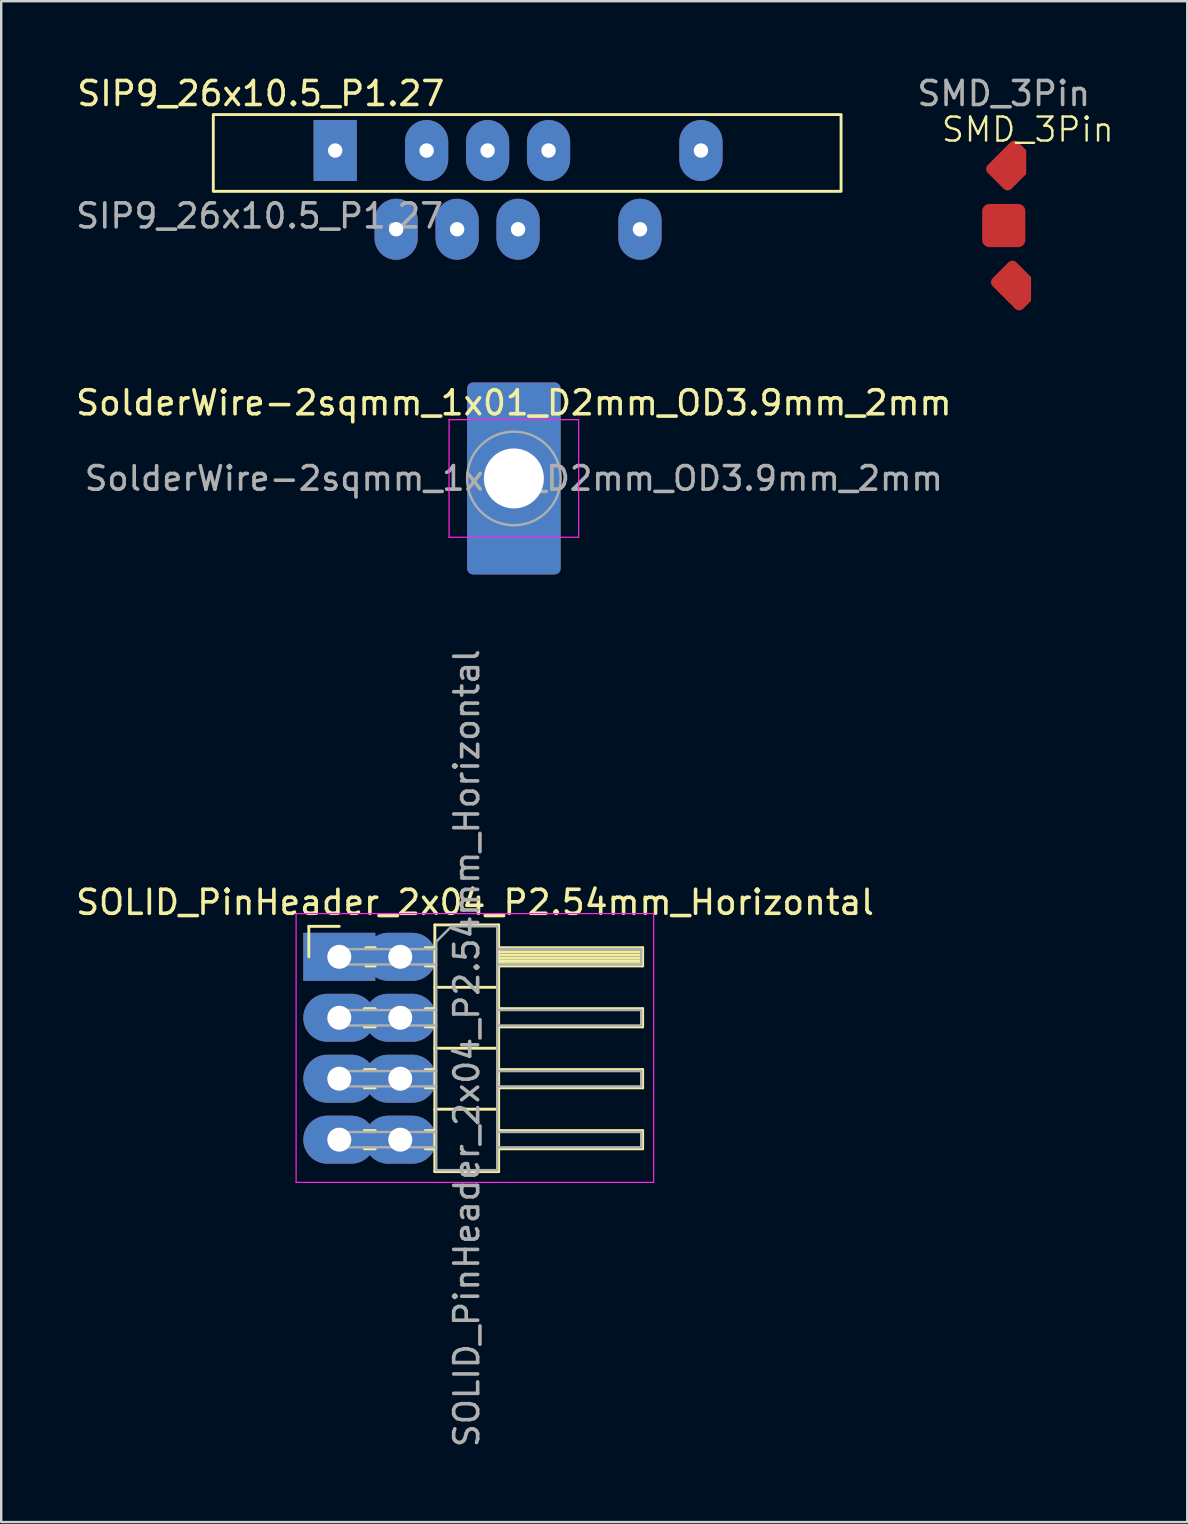
<source format=kicad_pcb>
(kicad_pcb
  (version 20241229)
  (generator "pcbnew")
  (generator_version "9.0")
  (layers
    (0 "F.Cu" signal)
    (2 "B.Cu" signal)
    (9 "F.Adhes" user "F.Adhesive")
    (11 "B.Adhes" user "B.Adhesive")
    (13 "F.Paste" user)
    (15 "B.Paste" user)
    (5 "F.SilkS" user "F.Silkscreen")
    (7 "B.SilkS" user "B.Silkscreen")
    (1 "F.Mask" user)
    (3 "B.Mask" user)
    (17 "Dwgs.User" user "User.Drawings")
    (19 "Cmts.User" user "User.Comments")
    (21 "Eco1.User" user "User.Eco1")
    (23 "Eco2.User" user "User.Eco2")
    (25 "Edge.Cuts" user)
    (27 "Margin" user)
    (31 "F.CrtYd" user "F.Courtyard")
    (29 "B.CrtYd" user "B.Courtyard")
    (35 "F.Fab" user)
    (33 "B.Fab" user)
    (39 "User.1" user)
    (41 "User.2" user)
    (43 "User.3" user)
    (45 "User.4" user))
  (footprint "SMD_3Pin"
    (layer "F.Cu")
    (at 39.278 3.848)
    (property "Reference" "SMD_3Pin" (at 0.5 -1.5 0) (unlocked yes) (layer "F.SilkS") (effects (font (size 1 1) (thickness 0.1))))
    (attr smd)
    (fp_text user "${REFERENCE}" (at -0.5 -3 0) (unlocked yes) (layer "F.Fab") (effects (font (size 1 1) (thickness 0.15))))
    (pad "1" smd roundrect (at -0.2 0 315) (size 1.4 1.8) (layers "F.Cu" "F.Mask" "F.Paste") (roundrect_rratio 0.16) (chamfer_ratio 0.5) (chamfer top_right))
    (pad "2" smd roundrect (at -0.5 2.5) (size 1.8 1.8) (layers "F.Cu" "F.Mask" "F.Paste") (roundrect_rratio 0.164))
    (pad "3" smd roundrect (at 0 5 45) (size 1.4 1.8) (layers "F.Cu" "F.Mask" "F.Paste") (roundrect_rratio 0.16) (chamfer_ratio 0.5) (chamfer bottom_right)))
  (footprint "SolderWire-2sqmm_1x01_D2mm_OD3.9mm_2mm"
    (layer "F.Cu")
    (at 18.363 16.887)
    (property "Reference" "SolderWire-2sqmm_1x01_D2mm_OD3.9mm_2mm" (at 0 -3.15 0) (layer "F.SilkS") (effects (font (size 1 1) (thickness 0.15))))
    (attr exclude_from_pos_files exclude_from_bom)
    (fp_line (start -2.7 -2.45) (end -2.7 2.45) (stroke (width 0.05) (type solid)) (layer "F.CrtYd"))
    (fp_line (start -2.7 2.45) (end 2.7 2.45) (stroke (width 0.05) (type solid)) (layer "F.CrtYd"))
    (fp_line (start 2.7 -2.45) (end -2.7 -2.45) (stroke (width 0.05) (type solid)) (layer "F.CrtYd"))
    (fp_line (start 2.7 2.45) (end 2.7 -2.45) (stroke (width 0.05) (type solid)) (layer "F.CrtYd"))
    (fp_circle (center 0 0) (end 1.95 0) (stroke (width 0.1) (type solid)) (fill no) (layer "F.Fab"))
    (fp_text user "${REFERENCE}" (at 0 0 0) (layer "F.Fab") (effects (font (size 0.98 0.98) (thickness 0.15))))
    (pad "1" thru_hole roundrect (at 0 0) (size 3.9 8) (drill 2.5) (layers "*.Cu" "*.Mask") (roundrect_rratio 0.064)))
  (footprint "SIP9_26x10.5_P1.27"
    (layer "F.Cu")
    (at 10.918 3.223)
    (property "Reference" "SIP9_26x10.5_P1.27" (at -3.1 -2.375 0) (unlocked yes) (layer "F.SilkS") (effects (font (size 1 1) (thickness 0.15))))
    (attr through_hole)
    (fp_rect (start -5.08 -1.5) (end 21.08 1.7) (stroke (width 0.12) (type solid)) (fill no) (layer "F.SilkS"))
    (fp_text user "${REFERENCE}" (at -3.15 2.725 0) (unlocked yes) (layer "F.Fab") (effects (font (size 1 1) (thickness 0.15))))
    (pad "1" thru_hole rect (at 0 0) (size 1.8 2.54) (drill 0.6) (layers "*.Cu" "*.Mask"))
    (pad "2" thru_hole oval (at 2.54 3.28) (size 1.8 2.54) (drill 0.6) (layers "*.Cu" "*.Mask"))
    (pad "3" thru_hole oval (at 3.81 0) (size 1.8 2.54) (drill 0.6) (layers "*.Cu" "*.Mask"))
    (pad "4" thru_hole oval (at 5.08 3.28) (size 1.8 2.54) (drill 0.6) (layers "*.Cu" "*.Mask"))
    (pad "5" thru_hole oval (at 6.35 0) (size 1.8 2.54) (drill 0.6) (layers "*.Cu" "*.Mask" "F.Paste"))
    (pad "6" thru_hole oval (at 7.62 3.28) (size 1.8 2.54) (drill 0.6) (layers "*.Cu" "*.Mask"))
    (pad "7" thru_hole oval (at 8.89 0) (size 1.8 2.54) (drill 0.6) (layers "*.Cu" "*.Mask"))
    (pad "8" thru_hole oval (at 12.7 3.28) (size 1.8 2.54) (drill 0.6) (layers "*.Cu" "*.Mask"))
    (pad "9" thru_hole oval (at 15.24 0) (size 1.8 2.54) (drill 0.6) (layers "*.Cu" "*.Mask")))
  (footprint "SOLID_PinHeader_2x04_P2.54mm_Horizontal"
    (layer "F.Cu")
    (at 11.089 36.821)
    (property "Reference" "SOLID_PinHeader_2x04_P2.54mm_Horizontal" (at 5.655 -2.27 0) (layer "F.SilkS") (effects (font (size 1 1) (thickness 0.15))))
    (attr through_hole)
    (fp_line (start -1.27 -1.27) (end 0 -1.27) (stroke (width 0.12) (type solid)) (layer "F.SilkS"))
    (fp_line (start -1.27 0) (end -1.27 -1.27) (stroke (width 0.12) (type solid)) (layer "F.SilkS"))
    (fp_line (start 1.043 2.16) (end 1.497 2.16) (stroke (width 0.12) (type solid)) (layer "F.SilkS"))
    (fp_line (start 1.043 2.92) (end 1.497 2.92) (stroke (width 0.12) (type solid)) (layer "F.SilkS"))
    (fp_line (start 1.043 4.7) (end 1.497 4.7) (stroke (width 0.12) (type solid)) (layer "F.SilkS"))
    (fp_line (start 1.043 5.46) (end 1.497 5.46) (stroke (width 0.12) (type solid)) (layer "F.SilkS"))
    (fp_line (start 1.043 7.24) (end 1.497 7.24) (stroke (width 0.12) (type solid)) (layer "F.SilkS"))
    (fp_line (start 1.043 8) (end 1.497 8) (stroke (width 0.12) (type solid)) (layer "F.SilkS"))
    (fp_line (start 1.11 -0.38) (end 1.497 -0.38) (stroke (width 0.12) (type solid)) (layer "F.SilkS"))
    (fp_line (start 1.11 0.38) (end 1.497 0.38) (stroke (width 0.12) (type solid)) (layer "F.SilkS"))
    (fp_line (start 3.583 -0.38) (end 3.98 -0.38) (stroke (width 0.12) (type solid)) (layer "F.SilkS"))
    (fp_line (start 3.583 0.38) (end 3.98 0.38) (stroke (width 0.12) (type solid)) (layer "F.SilkS"))
    (fp_line (start 3.583 2.16) (end 3.98 2.16) (stroke (width 0.12) (type solid)) (layer "F.SilkS"))
    (fp_line (start 3.583 2.92) (end 3.98 2.92) (stroke (width 0.12) (type solid)) (layer "F.SilkS"))
    (fp_line (start 3.583 4.7) (end 3.98 4.7) (stroke (width 0.12) (type solid)) (layer "F.SilkS"))
    (fp_line (start 3.583 5.46) (end 3.98 5.46) (stroke (width 0.12) (type solid)) (layer "F.SilkS"))
    (fp_line (start 3.583 7.24) (end 3.98 7.24) (stroke (width 0.12) (type solid)) (layer "F.SilkS"))
    (fp_line (start 3.583 8) (end 3.98 8) (stroke (width 0.12) (type solid)) (layer "F.SilkS"))
    (fp_line (start 3.98 -1.33) (end 3.98 8.95) (stroke (width 0.12) (type solid)) (layer "F.SilkS"))
    (fp_line (start 3.98 1.27) (end 6.64 1.27) (stroke (width 0.12) (type solid)) (layer "F.SilkS"))
    (fp_line (start 3.98 3.81) (end 6.64 3.81) (stroke (width 0.12) (type solid)) (layer "F.SilkS"))
    (fp_line (start 3.98 6.35) (end 6.64 6.35) (stroke (width 0.12) (type solid)) (layer "F.SilkS"))
    (fp_line (start 3.98 8.95) (end 6.64 8.95) (stroke (width 0.12) (type solid)) (layer "F.SilkS"))
    (fp_line (start 6.64 -1.33) (end 3.98 -1.33) (stroke (width 0.12) (type solid)) (layer "F.SilkS"))
    (fp_line (start 6.64 -0.38) (end 12.64 -0.38) (stroke (width 0.12) (type solid)) (layer "F.SilkS"))
    (fp_line (start 6.64 -0.32) (end 12.64 -0.32) (stroke (width 0.12) (type solid)) (layer "F.SilkS"))
    (fp_line (start 6.64 -0.2) (end 12.64 -0.2) (stroke (width 0.12) (type solid)) (layer "F.SilkS"))
    (fp_line (start 6.64 -0.08) (end 12.64 -0.08) (stroke (width 0.12) (type solid)) (layer "F.SilkS"))
    (fp_line (start 6.64 0.04) (end 12.64 0.04) (stroke (width 0.12) (type solid)) (layer "F.SilkS"))
    (fp_line (start 6.64 0.16) (end 12.64 0.16) (stroke (width 0.12) (type solid)) (layer "F.SilkS"))
    (fp_line (start 6.64 0.28) (end 12.64 0.28) (stroke (width 0.12) (type solid)) (layer "F.SilkS"))
    (fp_line (start 6.64 2.16) (end 12.64 2.16) (stroke (width 0.12) (type solid)) (layer "F.SilkS"))
    (fp_line (start 6.64 4.7) (end 12.64 4.7) (stroke (width 0.12) (type solid)) (layer "F.SilkS"))
    (fp_line (start 6.64 7.24) (end 12.64 7.24) (stroke (width 0.12) (type solid)) (layer "F.SilkS"))
    (fp_line (start 6.64 8.95) (end 6.64 -1.33) (stroke (width 0.12) (type solid)) (layer "F.SilkS"))
    (fp_line (start 12.64 -0.38) (end 12.64 0.38) (stroke (width 0.12) (type solid)) (layer "F.SilkS"))
    (fp_line (start 12.64 0.38) (end 6.64 0.38) (stroke (width 0.12) (type solid)) (layer "F.SilkS"))
    (fp_line (start 12.64 2.16) (end 12.64 2.92) (stroke (width 0.12) (type solid)) (layer "F.SilkS"))
    (fp_line (start 12.64 2.92) (end 6.64 2.92) (stroke (width 0.12) (type solid)) (layer "F.SilkS"))
    (fp_line (start 12.64 4.7) (end 12.64 5.46) (stroke (width 0.12) (type solid)) (layer "F.SilkS"))
    (fp_line (start 12.64 5.46) (end 6.64 5.46) (stroke (width 0.12) (type solid)) (layer "F.SilkS"))
    (fp_line (start 12.64 7.24) (end 12.64 8) (stroke (width 0.12) (type solid)) (layer "F.SilkS"))
    (fp_line (start 12.64 8) (end 6.64 8) (stroke (width 0.12) (type solid)) (layer "F.SilkS"))
    (fp_line (start -1.8 -1.8) (end -1.8 9.4) (stroke (width 0.05) (type solid)) (layer "F.CrtYd"))
    (fp_line (start -1.8 9.4) (end 13.1 9.4) (stroke (width 0.05) (type solid)) (layer "F.CrtYd"))
    (fp_line (start 13.1 -1.8) (end -1.8 -1.8) (stroke (width 0.05) (type solid)) (layer "F.CrtYd"))
    (fp_line (start 13.1 9.4) (end 13.1 -1.8) (stroke (width 0.05) (type solid)) (layer "F.CrtYd"))
    (fp_line (start -0.32 -0.32) (end -0.32 0.32) (stroke (width 0.1) (type solid)) (layer "F.Fab"))
    (fp_line (start -0.32 -0.32) (end 4.04 -0.32) (stroke (width 0.1) (type solid)) (layer "F.Fab"))
    (fp_line (start -0.32 0.32) (end 4.04 0.32) (stroke (width 0.1) (type solid)) (layer "F.Fab"))
    (fp_line (start -0.32 2.22) (end -0.32 2.86) (stroke (width 0.1) (type solid)) (layer "F.Fab"))
    (fp_line (start -0.32 2.22) (end 4.04 2.22) (stroke (width 0.1) (type solid)) (layer "F.Fab"))
    (fp_line (start -0.32 2.86) (end 4.04 2.86) (stroke (width 0.1) (type solid)) (layer "F.Fab"))
    (fp_line (start -0.32 4.76) (end -0.32 5.4) (stroke (width 0.1) (type solid)) (layer "F.Fab"))
    (fp_line (start -0.32 4.76) (end 4.04 4.76) (stroke (width 0.1) (type solid)) (layer "F.Fab"))
    (fp_line (start -0.32 5.4) (end 4.04 5.4) (stroke (width 0.1) (type solid)) (layer "F.Fab"))
    (fp_line (start -0.32 7.3) (end -0.32 7.94) (stroke (width 0.1) (type solid)) (layer "F.Fab"))
    (fp_line (start -0.32 7.3) (end 4.04 7.3) (stroke (width 0.1) (type solid)) (layer "F.Fab"))
    (fp_line (start -0.32 7.94) (end 4.04 7.94) (stroke (width 0.1) (type solid)) (layer "F.Fab"))
    (fp_line (start 4.04 -0.635) (end 4.675 -1.27) (stroke (width 0.1) (type solid)) (layer "F.Fab"))
    (fp_line (start 4.04 8.89) (end 4.04 -0.635) (stroke (width 0.1) (type solid)) (layer "F.Fab"))
    (fp_line (start 4.675 -1.27) (end 6.58 -1.27) (stroke (width 0.1) (type solid)) (layer "F.Fab"))
    (fp_line (start 6.58 -1.27) (end 6.58 8.89) (stroke (width 0.1) (type solid)) (layer "F.Fab"))
    (fp_line (start 6.58 -0.32) (end 12.58 -0.32) (stroke (width 0.1) (type solid)) (layer "F.Fab"))
    (fp_line (start 6.58 0.32) (end 12.58 0.32) (stroke (width 0.1) (type solid)) (layer "F.Fab"))
    (fp_line (start 6.58 2.22) (end 12.58 2.22) (stroke (width 0.1) (type solid)) (layer "F.Fab"))
    (fp_line (start 6.58 2.86) (end 12.58 2.86) (stroke (width 0.1) (type solid)) (layer "F.Fab"))
    (fp_line (start 6.58 4.76) (end 12.58 4.76) (stroke (width 0.1) (type solid)) (layer "F.Fab"))
    (fp_line (start 6.58 5.4) (end 12.58 5.4) (stroke (width 0.1) (type solid)) (layer "F.Fab"))
    (fp_line (start 6.58 7.3) (end 12.58 7.3) (stroke (width 0.1) (type solid)) (layer "F.Fab"))
    (fp_line (start 6.58 7.94) (end 12.58 7.94) (stroke (width 0.1) (type solid)) (layer "F.Fab"))
    (fp_line (start 6.58 8.89) (end 4.04 8.89) (stroke (width 0.1) (type solid)) (layer "F.Fab"))
    (fp_line (start 12.58 -0.32) (end 12.58 0.32) (stroke (width 0.1) (type solid)) (layer "F.Fab"))
    (fp_line (start 12.58 2.22) (end 12.58 2.86) (stroke (width 0.1) (type solid)) (layer "F.Fab"))
    (fp_line (start 12.58 4.76) (end 12.58 5.4) (stroke (width 0.1) (type solid)) (layer "F.Fab"))
    (fp_line (start 12.58 7.3) (end 12.58 7.94) (stroke (width 0.1) (type solid)) (layer "F.Fab"))
    (fp_text user "${REFERENCE}" (at 5.31 3.81 90) (layer "F.Fab") (effects (font (size 1 1) (thickness 0.15))))
    (pad "1" thru_hole rect (at 0 0) (size 3 2) (drill 1) (layers "*.Cu" "*.Mask"))
    (pad "2" thru_hole oval (at 2.54 0) (size 3 2) (drill 1) (layers "*.Cu" "*.Mask"))
    (pad "3" thru_hole oval (at 0 2.54) (size 3 2) (drill 1) (layers "*.Cu" "*.Mask"))
    (pad "4" thru_hole oval (at 2.54 2.54) (size 3 2) (drill 1) (layers "*.Cu" "*.Mask"))
    (pad "5" thru_hole oval (at 0 5.08) (size 3 2) (drill 1) (layers "*.Cu" "*.Mask"))
    (pad "6" thru_hole oval (at 2.54 5.08) (size 3 2) (drill 1) (layers "*.Cu" "*.Mask"))
    (pad "7" thru_hole oval (at 0 7.62) (size 3 2) (drill 1) (layers "*.Cu" "*.Mask"))
    (pad "8" thru_hole oval (at 2.54 7.62) (size 3 2) (drill 1) (layers "*.Cu" "*.Mask")))
  (gr_rect
    (start -3 -3)
    (end 46.423 60.375)
    (stroke (width 0.1) (type default))
    (fill no)
    (layer "Edge.Cuts")))
</source>
